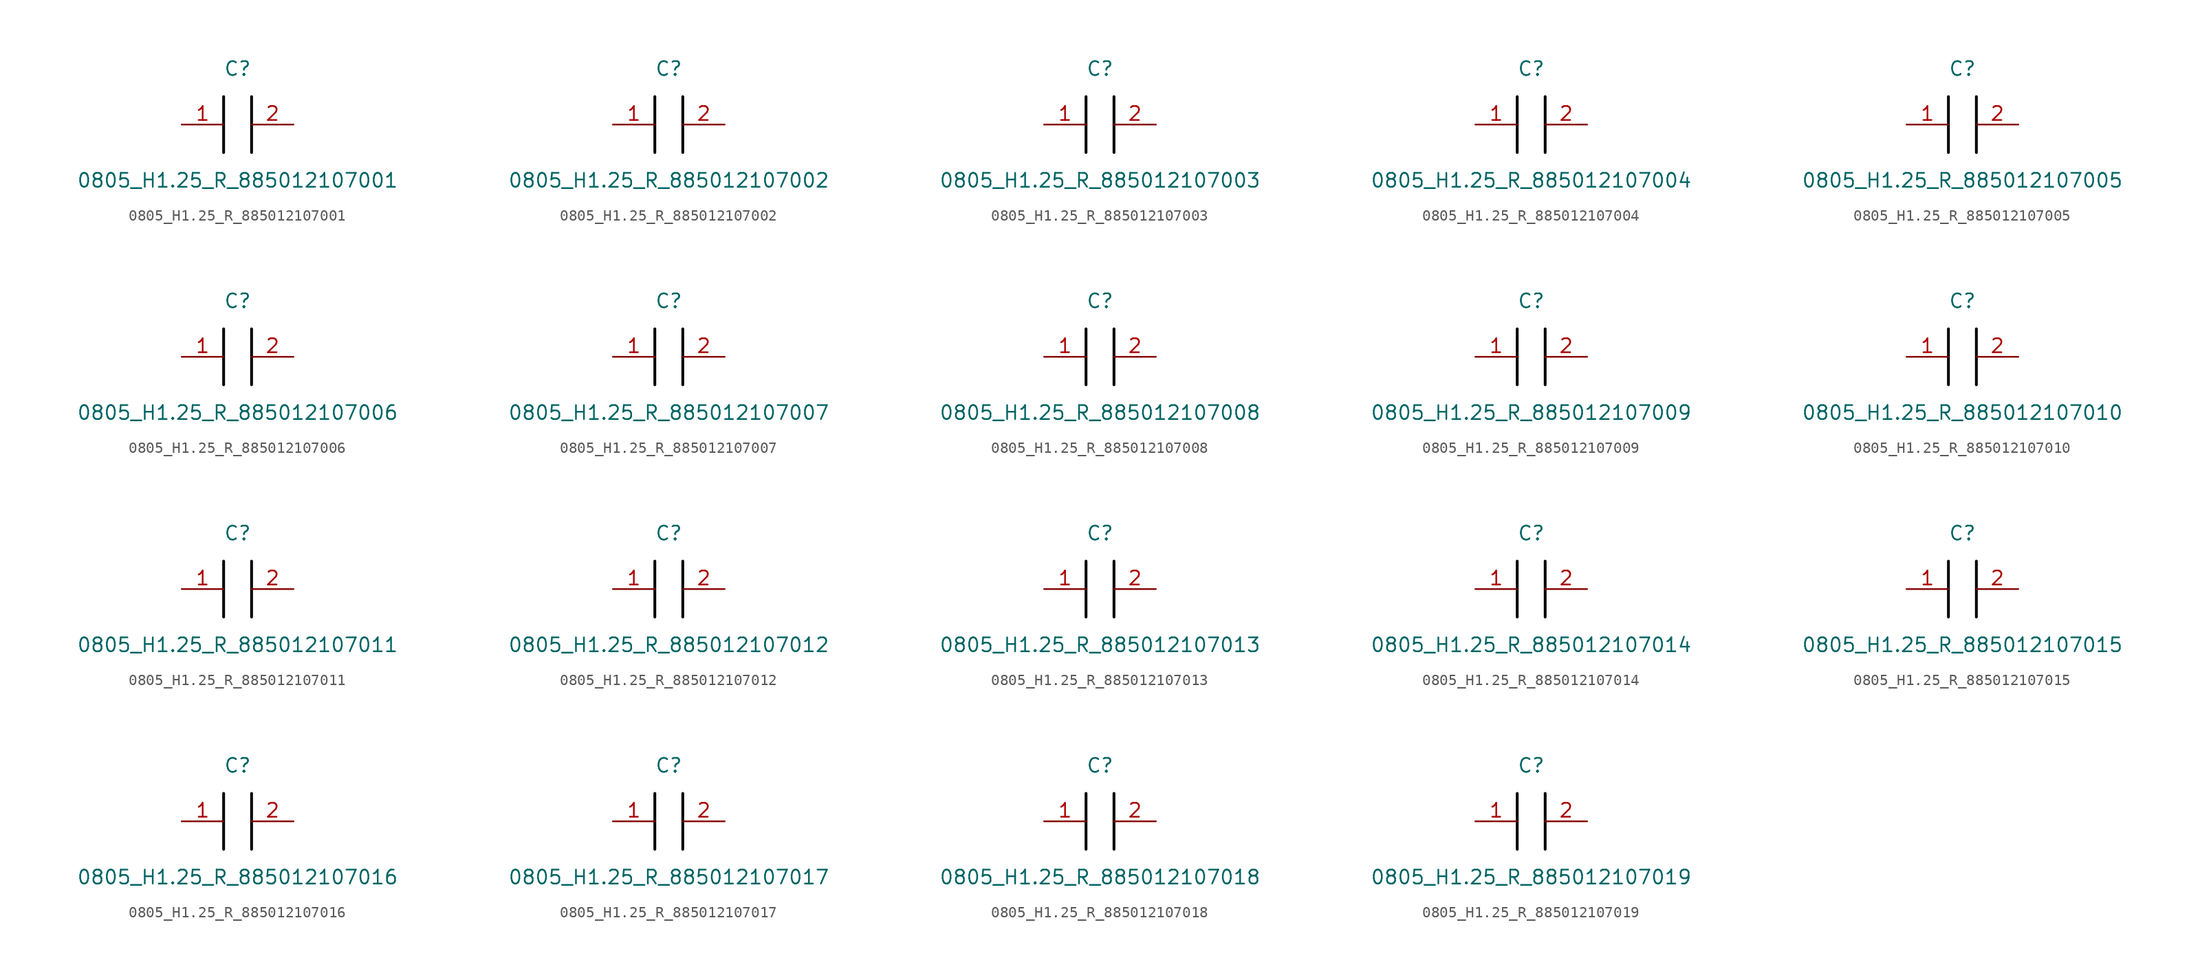
<source format=kicad_sym>
(kicad_symbol_lib
  (version 20220914)
  (generator kicad_symbol_editor)
  (symbol "0805_H1.25_R_885012107001"
    (pin_names hide)
    (property "Reference" "C"
      (at 0 5.08 0)
      (effects (font (size 1.27 1.27))))
    (property "Value" "0805_H1.25_R_885012107001"
      (at 0 -5.08 0)
      (effects (font (size 1.27 1.27))))
    (symbol "0805_H1.25_R_885012107001_1_1"
      (polyline (pts (xy -1.27 2.54) (xy -1.27 -2.54)) (stroke (width 0.254) (type default) (color 0 0 0 1)) (fill (type none)))
      (polyline (pts (xy 1.27 2.54) (xy 1.27 -2.54)) (stroke (width 0.254) (type default) (color 0 0 0 1)) (fill (type none)))
      (pin passive line (at -5.08 0 0) (length 3.81) (name "1" (effects (font (size 1.27 1.27)))) (number "1" (effects (font (size 1.27 1.27)))))
      (pin passive line (at 5.08 0 180) (length 3.81) (name "2" (effects (font (size 1.27 1.27)))) (number "2" (effects (font (size 1.27 1.27)))))))
  (symbol "0805_H1.25_R_885012107002"
    (pin_names hide)
    (property "Reference" "C"
      (at 0 5.08 0)
      (effects (font (size 1.27 1.27))))
    (property "Value" "0805_H1.25_R_885012107002"
      (at 0 -5.08 0)
      (effects (font (size 1.27 1.27))))
    (symbol "0805_H1.25_R_885012107002_1_1"
      (polyline (pts (xy -1.27 2.54) (xy -1.27 -2.54)) (stroke (width 0.254) (type default) (color 0 0 0 1)) (fill (type none)))
      (polyline (pts (xy 1.27 2.54) (xy 1.27 -2.54)) (stroke (width 0.254) (type default) (color 0 0 0 1)) (fill (type none)))
      (pin passive line (at -5.08 0 0) (length 3.81) (name "1" (effects (font (size 1.27 1.27)))) (number "1" (effects (font (size 1.27 1.27)))))
      (pin passive line (at 5.08 0 180) (length 3.81) (name "2" (effects (font (size 1.27 1.27)))) (number "2" (effects (font (size 1.27 1.27)))))))
  (symbol "0805_H1.25_R_885012107003"
    (pin_names hide)
    (property "Reference" "C"
      (at 0 5.08 0)
      (effects (font (size 1.27 1.27))))
    (property "Value" "0805_H1.25_R_885012107003"
      (at 0 -5.08 0)
      (effects (font (size 1.27 1.27))))
    (symbol "0805_H1.25_R_885012107003_1_1"
      (polyline (pts (xy -1.27 2.54) (xy -1.27 -2.54)) (stroke (width 0.254) (type default) (color 0 0 0 1)) (fill (type none)))
      (polyline (pts (xy 1.27 2.54) (xy 1.27 -2.54)) (stroke (width 0.254) (type default) (color 0 0 0 1)) (fill (type none)))
      (pin passive line (at -5.08 0 0) (length 3.81) (name "1" (effects (font (size 1.27 1.27)))) (number "1" (effects (font (size 1.27 1.27)))))
      (pin passive line (at 5.08 0 180) (length 3.81) (name "2" (effects (font (size 1.27 1.27)))) (number "2" (effects (font (size 1.27 1.27)))))))
  (symbol "0805_H1.25_R_885012107004"
    (pin_names hide)
    (property "Reference" "C"
      (at 0 5.08 0)
      (effects (font (size 1.27 1.27))))
    (property "Value" "0805_H1.25_R_885012107004"
      (at 0 -5.08 0)
      (effects (font (size 1.27 1.27))))
    (symbol "0805_H1.25_R_885012107004_1_1"
      (polyline (pts (xy -1.27 2.54) (xy -1.27 -2.54)) (stroke (width 0.254) (type default) (color 0 0 0 1)) (fill (type none)))
      (polyline (pts (xy 1.27 2.54) (xy 1.27 -2.54)) (stroke (width 0.254) (type default) (color 0 0 0 1)) (fill (type none)))
      (pin passive line (at -5.08 0 0) (length 3.81) (name "1" (effects (font (size 1.27 1.27)))) (number "1" (effects (font (size 1.27 1.27)))))
      (pin passive line (at 5.08 0 180) (length 3.81) (name "2" (effects (font (size 1.27 1.27)))) (number "2" (effects (font (size 1.27 1.27)))))))
  (symbol "0805_H1.25_R_885012107005"
    (pin_names hide)
    (property "Reference" "C"
      (at 0 5.08 0)
      (effects (font (size 1.27 1.27))))
    (property "Value" "0805_H1.25_R_885012107005"
      (at 0 -5.08 0)
      (effects (font (size 1.27 1.27))))
    (symbol "0805_H1.25_R_885012107005_1_1"
      (polyline (pts (xy -1.27 2.54) (xy -1.27 -2.54)) (stroke (width 0.254) (type default) (color 0 0 0 1)) (fill (type none)))
      (polyline (pts (xy 1.27 2.54) (xy 1.27 -2.54)) (stroke (width 0.254) (type default) (color 0 0 0 1)) (fill (type none)))
      (pin passive line (at -5.08 0 0) (length 3.81) (name "1" (effects (font (size 1.27 1.27)))) (number "1" (effects (font (size 1.27 1.27)))))
      (pin passive line (at 5.08 0 180) (length 3.81) (name "2" (effects (font (size 1.27 1.27)))) (number "2" (effects (font (size 1.27 1.27)))))))
  (symbol "0805_H1.25_R_885012107006"
    (pin_names hide)
    (property "Reference" "C"
      (at 0 5.08 0)
      (effects (font (size 1.27 1.27))))
    (property "Value" "0805_H1.25_R_885012107006"
      (at 0 -5.08 0)
      (effects (font (size 1.27 1.27))))
    (symbol "0805_H1.25_R_885012107006_1_1"
      (polyline (pts (xy -1.27 2.54) (xy -1.27 -2.54)) (stroke (width 0.254) (type default) (color 0 0 0 1)) (fill (type none)))
      (polyline (pts (xy 1.27 2.54) (xy 1.27 -2.54)) (stroke (width 0.254) (type default) (color 0 0 0 1)) (fill (type none)))
      (pin passive line (at -5.08 0 0) (length 3.81) (name "1" (effects (font (size 1.27 1.27)))) (number "1" (effects (font (size 1.27 1.27)))))
      (pin passive line (at 5.08 0 180) (length 3.81) (name "2" (effects (font (size 1.27 1.27)))) (number "2" (effects (font (size 1.27 1.27)))))))
  (symbol "0805_H1.25_R_885012107007"
    (pin_names hide)
    (property "Reference" "C"
      (at 0 5.08 0)
      (effects (font (size 1.27 1.27))))
    (property "Value" "0805_H1.25_R_885012107007"
      (at 0 -5.08 0)
      (effects (font (size 1.27 1.27))))
    (symbol "0805_H1.25_R_885012107007_1_1"
      (polyline (pts (xy -1.27 2.54) (xy -1.27 -2.54)) (stroke (width 0.254) (type default) (color 0 0 0 1)) (fill (type none)))
      (polyline (pts (xy 1.27 2.54) (xy 1.27 -2.54)) (stroke (width 0.254) (type default) (color 0 0 0 1)) (fill (type none)))
      (pin passive line (at -5.08 0 0) (length 3.81) (name "1" (effects (font (size 1.27 1.27)))) (number "1" (effects (font (size 1.27 1.27)))))
      (pin passive line (at 5.08 0 180) (length 3.81) (name "2" (effects (font (size 1.27 1.27)))) (number "2" (effects (font (size 1.27 1.27)))))))
  (symbol "0805_H1.25_R_885012107008"
    (pin_names hide)
    (property "Reference" "C"
      (at 0 5.08 0)
      (effects (font (size 1.27 1.27))))
    (property "Value" "0805_H1.25_R_885012107008"
      (at 0 -5.08 0)
      (effects (font (size 1.27 1.27))))
    (symbol "0805_H1.25_R_885012107008_1_1"
      (polyline (pts (xy -1.27 2.54) (xy -1.27 -2.54)) (stroke (width 0.254) (type default) (color 0 0 0 1)) (fill (type none)))
      (polyline (pts (xy 1.27 2.54) (xy 1.27 -2.54)) (stroke (width 0.254) (type default) (color 0 0 0 1)) (fill (type none)))
      (pin passive line (at -5.08 0 0) (length 3.81) (name "1" (effects (font (size 1.27 1.27)))) (number "1" (effects (font (size 1.27 1.27)))))
      (pin passive line (at 5.08 0 180) (length 3.81) (name "2" (effects (font (size 1.27 1.27)))) (number "2" (effects (font (size 1.27 1.27)))))))
  (symbol "0805_H1.25_R_885012107009"
    (pin_names hide)
    (property "Reference" "C"
      (at 0 5.08 0)
      (effects (font (size 1.27 1.27))))
    (property "Value" "0805_H1.25_R_885012107009"
      (at 0 -5.08 0)
      (effects (font (size 1.27 1.27))))
    (symbol "0805_H1.25_R_885012107009_1_1"
      (polyline (pts (xy -1.27 2.54) (xy -1.27 -2.54)) (stroke (width 0.254) (type default) (color 0 0 0 1)) (fill (type none)))
      (polyline (pts (xy 1.27 2.54) (xy 1.27 -2.54)) (stroke (width 0.254) (type default) (color 0 0 0 1)) (fill (type none)))
      (pin passive line (at -5.08 0 0) (length 3.81) (name "1" (effects (font (size 1.27 1.27)))) (number "1" (effects (font (size 1.27 1.27)))))
      (pin passive line (at 5.08 0 180) (length 3.81) (name "2" (effects (font (size 1.27 1.27)))) (number "2" (effects (font (size 1.27 1.27)))))))
  (symbol "0805_H1.25_R_885012107010"
    (pin_names hide)
    (property "Reference" "C"
      (at 0 5.08 0)
      (effects (font (size 1.27 1.27))))
    (property "Value" "0805_H1.25_R_885012107010"
      (at 0 -5.08 0)
      (effects (font (size 1.27 1.27))))
    (symbol "0805_H1.25_R_885012107010_1_1"
      (polyline (pts (xy -1.27 2.54) (xy -1.27 -2.54)) (stroke (width 0.254) (type default) (color 0 0 0 1)) (fill (type none)))
      (polyline (pts (xy 1.27 2.54) (xy 1.27 -2.54)) (stroke (width 0.254) (type default) (color 0 0 0 1)) (fill (type none)))
      (pin passive line (at -5.08 0 0) (length 3.81) (name "1" (effects (font (size 1.27 1.27)))) (number "1" (effects (font (size 1.27 1.27)))))
      (pin passive line (at 5.08 0 180) (length 3.81) (name "2" (effects (font (size 1.27 1.27)))) (number "2" (effects (font (size 1.27 1.27)))))))
  (symbol "0805_H1.25_R_885012107011"
    (pin_names hide)
    (property "Reference" "C"
      (at 0 5.08 0)
      (effects (font (size 1.27 1.27))))
    (property "Value" "0805_H1.25_R_885012107011"
      (at 0 -5.08 0)
      (effects (font (size 1.27 1.27))))
    (symbol "0805_H1.25_R_885012107011_1_1"
      (polyline (pts (xy -1.27 2.54) (xy -1.27 -2.54)) (stroke (width 0.254) (type default) (color 0 0 0 1)) (fill (type none)))
      (polyline (pts (xy 1.27 2.54) (xy 1.27 -2.54)) (stroke (width 0.254) (type default) (color 0 0 0 1)) (fill (type none)))
      (pin passive line (at -5.08 0 0) (length 3.81) (name "1" (effects (font (size 1.27 1.27)))) (number "1" (effects (font (size 1.27 1.27)))))
      (pin passive line (at 5.08 0 180) (length 3.81) (name "2" (effects (font (size 1.27 1.27)))) (number "2" (effects (font (size 1.27 1.27)))))))
  (symbol "0805_H1.25_R_885012107012"
    (pin_names hide)
    (property "Reference" "C"
      (at 0 5.08 0)
      (effects (font (size 1.27 1.27))))
    (property "Value" "0805_H1.25_R_885012107012"
      (at 0 -5.08 0)
      (effects (font (size 1.27 1.27))))
    (symbol "0805_H1.25_R_885012107012_1_1"
      (polyline (pts (xy -1.27 2.54) (xy -1.27 -2.54)) (stroke (width 0.254) (type default) (color 0 0 0 1)) (fill (type none)))
      (polyline (pts (xy 1.27 2.54) (xy 1.27 -2.54)) (stroke (width 0.254) (type default) (color 0 0 0 1)) (fill (type none)))
      (pin passive line (at -5.08 0 0) (length 3.81) (name "1" (effects (font (size 1.27 1.27)))) (number "1" (effects (font (size 1.27 1.27)))))
      (pin passive line (at 5.08 0 180) (length 3.81) (name "2" (effects (font (size 1.27 1.27)))) (number "2" (effects (font (size 1.27 1.27)))))))
  (symbol "0805_H1.25_R_885012107013"
    (pin_names hide)
    (property "Reference" "C"
      (at 0 5.08 0)
      (effects (font (size 1.27 1.27))))
    (property "Value" "0805_H1.25_R_885012107013"
      (at 0 -5.08 0)
      (effects (font (size 1.27 1.27))))
    (symbol "0805_H1.25_R_885012107013_1_1"
      (polyline (pts (xy -1.27 2.54) (xy -1.27 -2.54)) (stroke (width 0.254) (type default) (color 0 0 0 1)) (fill (type none)))
      (polyline (pts (xy 1.27 2.54) (xy 1.27 -2.54)) (stroke (width 0.254) (type default) (color 0 0 0 1)) (fill (type none)))
      (pin passive line (at -5.08 0 0) (length 3.81) (name "1" (effects (font (size 1.27 1.27)))) (number "1" (effects (font (size 1.27 1.27)))))
      (pin passive line (at 5.08 0 180) (length 3.81) (name "2" (effects (font (size 1.27 1.27)))) (number "2" (effects (font (size 1.27 1.27)))))))
  (symbol "0805_H1.25_R_885012107014"
    (pin_names hide)
    (property "Reference" "C"
      (at 0 5.08 0)
      (effects (font (size 1.27 1.27))))
    (property "Value" "0805_H1.25_R_885012107014"
      (at 0 -5.08 0)
      (effects (font (size 1.27 1.27))))
    (symbol "0805_H1.25_R_885012107014_1_1"
      (polyline (pts (xy -1.27 2.54) (xy -1.27 -2.54)) (stroke (width 0.254) (type default) (color 0 0 0 1)) (fill (type none)))
      (polyline (pts (xy 1.27 2.54) (xy 1.27 -2.54)) (stroke (width 0.254) (type default) (color 0 0 0 1)) (fill (type none)))
      (pin passive line (at -5.08 0 0) (length 3.81) (name "1" (effects (font (size 1.27 1.27)))) (number "1" (effects (font (size 1.27 1.27)))))
      (pin passive line (at 5.08 0 180) (length 3.81) (name "2" (effects (font (size 1.27 1.27)))) (number "2" (effects (font (size 1.27 1.27)))))))
  (symbol "0805_H1.25_R_885012107015"
    (pin_names hide)
    (property "Reference" "C"
      (at 0 5.08 0)
      (effects (font (size 1.27 1.27))))
    (property "Value" "0805_H1.25_R_885012107015"
      (at 0 -5.08 0)
      (effects (font (size 1.27 1.27))))
    (symbol "0805_H1.25_R_885012107015_1_1"
      (polyline (pts (xy -1.27 2.54) (xy -1.27 -2.54)) (stroke (width 0.254) (type default) (color 0 0 0 1)) (fill (type none)))
      (polyline (pts (xy 1.27 2.54) (xy 1.27 -2.54)) (stroke (width 0.254) (type default) (color 0 0 0 1)) (fill (type none)))
      (pin passive line (at -5.08 0 0) (length 3.81) (name "1" (effects (font (size 1.27 1.27)))) (number "1" (effects (font (size 1.27 1.27)))))
      (pin passive line (at 5.08 0 180) (length 3.81) (name "2" (effects (font (size 1.27 1.27)))) (number "2" (effects (font (size 1.27 1.27)))))))
  (symbol "0805_H1.25_R_885012107016"
    (pin_names hide)
    (property "Reference" "C"
      (at 0 5.08 0)
      (effects (font (size 1.27 1.27))))
    (property "Value" "0805_H1.25_R_885012107016"
      (at 0 -5.08 0)
      (effects (font (size 1.27 1.27))))
    (symbol "0805_H1.25_R_885012107016_1_1"
      (polyline (pts (xy -1.27 2.54) (xy -1.27 -2.54)) (stroke (width 0.254) (type default) (color 0 0 0 1)) (fill (type none)))
      (polyline (pts (xy 1.27 2.54) (xy 1.27 -2.54)) (stroke (width 0.254) (type default) (color 0 0 0 1)) (fill (type none)))
      (pin passive line (at -5.08 0 0) (length 3.81) (name "1" (effects (font (size 1.27 1.27)))) (number "1" (effects (font (size 1.27 1.27)))))
      (pin passive line (at 5.08 0 180) (length 3.81) (name "2" (effects (font (size 1.27 1.27)))) (number "2" (effects (font (size 1.27 1.27)))))))
  (symbol "0805_H1.25_R_885012107017"
    (pin_names hide)
    (property "Reference" "C"
      (at 0 5.08 0)
      (effects (font (size 1.27 1.27))))
    (property "Value" "0805_H1.25_R_885012107017"
      (at 0 -5.08 0)
      (effects (font (size 1.27 1.27))))
    (symbol "0805_H1.25_R_885012107017_1_1"
      (polyline (pts (xy -1.27 2.54) (xy -1.27 -2.54)) (stroke (width 0.254) (type default) (color 0 0 0 1)) (fill (type none)))
      (polyline (pts (xy 1.27 2.54) (xy 1.27 -2.54)) (stroke (width 0.254) (type default) (color 0 0 0 1)) (fill (type none)))
      (pin passive line (at -5.08 0 0) (length 3.81) (name "1" (effects (font (size 1.27 1.27)))) (number "1" (effects (font (size 1.27 1.27)))))
      (pin passive line (at 5.08 0 180) (length 3.81) (name "2" (effects (font (size 1.27 1.27)))) (number "2" (effects (font (size 1.27 1.27)))))))
  (symbol "0805_H1.25_R_885012107018"
    (pin_names hide)
    (property "Reference" "C"
      (at 0 5.08 0)
      (effects (font (size 1.27 1.27))))
    (property "Value" "0805_H1.25_R_885012107018"
      (at 0 -5.08 0)
      (effects (font (size 1.27 1.27))))
    (symbol "0805_H1.25_R_885012107018_1_1"
      (polyline (pts (xy -1.27 2.54) (xy -1.27 -2.54)) (stroke (width 0.254) (type default) (color 0 0 0 1)) (fill (type none)))
      (polyline (pts (xy 1.27 2.54) (xy 1.27 -2.54)) (stroke (width 0.254) (type default) (color 0 0 0 1)) (fill (type none)))
      (pin passive line (at -5.08 0 0) (length 3.81) (name "1" (effects (font (size 1.27 1.27)))) (number "1" (effects (font (size 1.27 1.27)))))
      (pin passive line (at 5.08 0 180) (length 3.81) (name "2" (effects (font (size 1.27 1.27)))) (number "2" (effects (font (size 1.27 1.27)))))))
  (symbol "0805_H1.25_R_885012107019"
    (pin_names hide)
    (property "Reference" "C"
      (at 0 5.08 0)
      (effects (font (size 1.27 1.27))))
    (property "Value" "0805_H1.25_R_885012107019"
      (at 0 -5.08 0)
      (effects (font (size 1.27 1.27))))
    (symbol "0805_H1.25_R_885012107019_1_1"
      (polyline (pts (xy -1.27 2.54) (xy -1.27 -2.54)) (stroke (width 0.254) (type default) (color 0 0 0 1)) (fill (type none)))
      (polyline (pts (xy 1.27 2.54) (xy 1.27 -2.54)) (stroke (width 0.254) (type default) (color 0 0 0 1)) (fill (type none)))
      (pin passive line (at -5.08 0 0) (length 3.81) (name "1" (effects (font (size 1.27 1.27)))) (number "1" (effects (font (size 1.27 1.27)))))
      (pin passive line (at 5.08 0 180) (length 3.81) (name "2" (effects (font (size 1.27 1.27)))) (number "2" (effects (font (size 1.27 1.27))))))))
</source>
